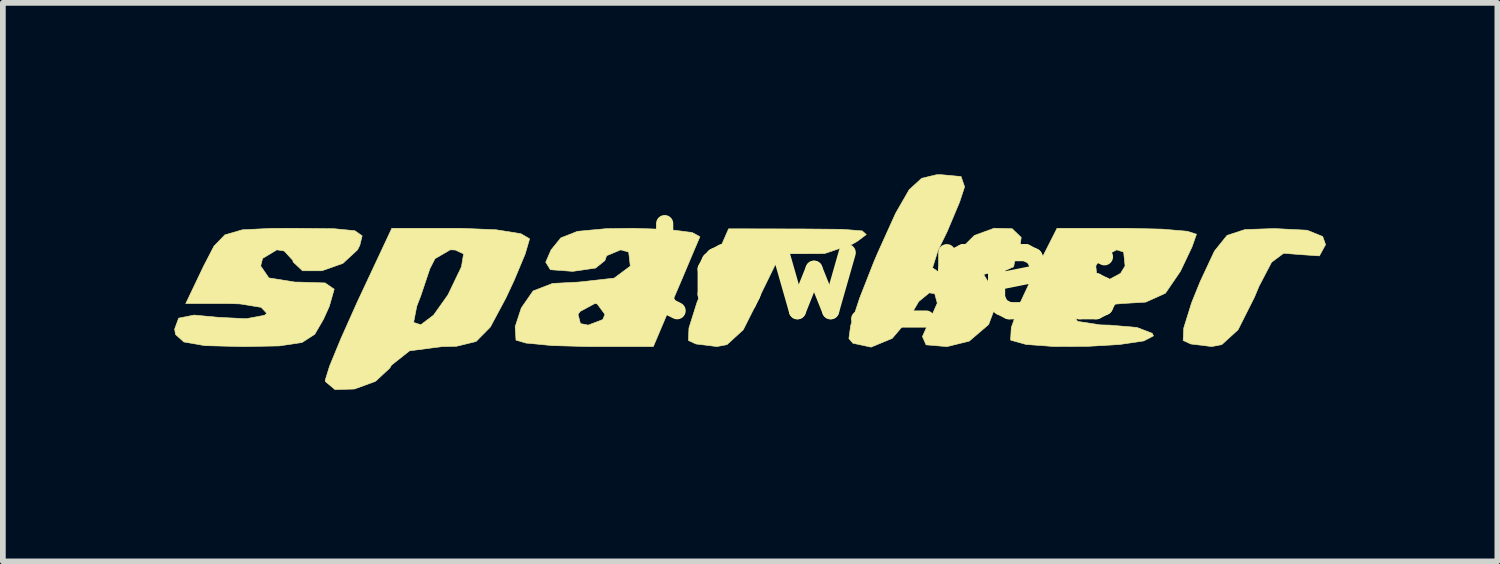
<source format=kicad_pcb>
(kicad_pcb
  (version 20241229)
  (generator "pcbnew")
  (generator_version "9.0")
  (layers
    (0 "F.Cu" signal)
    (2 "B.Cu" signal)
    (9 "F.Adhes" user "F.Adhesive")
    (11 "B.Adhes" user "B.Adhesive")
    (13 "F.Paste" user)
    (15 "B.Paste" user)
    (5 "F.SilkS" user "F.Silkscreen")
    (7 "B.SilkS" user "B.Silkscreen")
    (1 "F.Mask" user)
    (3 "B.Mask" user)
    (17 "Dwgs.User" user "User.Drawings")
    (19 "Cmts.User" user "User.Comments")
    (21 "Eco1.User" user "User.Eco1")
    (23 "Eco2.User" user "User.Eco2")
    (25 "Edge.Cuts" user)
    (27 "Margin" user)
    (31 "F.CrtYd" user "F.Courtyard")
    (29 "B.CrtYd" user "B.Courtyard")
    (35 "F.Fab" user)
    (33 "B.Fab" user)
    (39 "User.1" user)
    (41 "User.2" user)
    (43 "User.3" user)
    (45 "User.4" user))
  (footprint "low_res"
    (layer "F.Cu")
    (at 12.423 1.696)
    (property "Reference" "low_res" (at 0 0 0) (layer "F.SilkS") (effects (font (size 1.524 1.524) (thickness 0.3))))
    (attr through_hole)
    (fp_poly (pts (xy -1.411 -0.741) (xy -0.738 -0.735) (xy -0.391 -0.707) (xy -0.32 -0.643) (xy -0.474 -0.527) (xy -0.564 -0.475) (xy -1.052 -0.31) (xy -1.434 -0.308) (xy -1.702 -0.308) (xy -1.919 -0.102) (xy -2.156 0.383) (xy -2.186 0.455) (xy -2.472 1.023) (xy -2.756 1.282) (xy -2.932 1.316) (xy -3.299 1.271) (xy -3.431 1.21) (xy -3.422 0.992) (xy -3.283 0.549) (xy -3.133 0.179) (xy -2.728 -0.744) (xy -1.411 -0.741)) (stroke (width 0.01) (type solid)) (fill yes) (layer "F.SilkS"))
    (fp_poly (pts (xy 7.392 -0.719) (xy 7.664 -0.609) (xy 7.714 -0.467) (xy 7.606 -0.27) (xy 7.268 -0.293) (xy 6.981 -0.316) (xy 6.77 -0.159) (xy 6.552 0.257) (xy 6.469 0.455) (xy 6.183 1.023) (xy 5.899 1.282) (xy 5.723 1.316) (xy 5.356 1.271) (xy 5.223 1.21) (xy 5.233 0.992) (xy 5.371 0.549) (xy 5.521 0.179) (xy 5.77 -0.354) (xy 5.991 -0.629) (xy 6.305 -0.731) (xy 6.82 -0.748) (xy 7.392 -0.719)) (stroke (width 0.01) (type solid)) (fill yes) (layer "F.SilkS"))
    (fp_poly (pts (xy -6.796 -0.727) (xy -6.362 -0.658) (xy -6.209 -0.569) (xy -6.286 -0.305) (xy -6.482 0.164) (xy -6.623 0.465) (xy -6.896 0.975) (xy -7.145 1.227) (xy -7.488 1.311) (xy -7.745 1.317) (xy -8.309 1.391) (xy -8.625 1.641) (xy -8.655 1.693) (xy -8.906 1.925) (xy -9.273 2.059) (xy -9.613 2.069) (xy -9.782 1.928) (xy -9.784 1.903) (xy -9.709 1.661) (xy -9.511 1.18) (xy -9.383 0.894) (xy -8.238 0.894) (xy -8.113 0.935) (xy -7.889 0.766) (xy -7.642 0.419) (xy -7.625 0.386) (xy -7.401 -0.08) (xy -7.364 -0.305) (xy -7.51 -0.373) (xy -7.598 -0.376) (xy -7.864 -0.221) (xy -7.953 -0.047) (xy -8.112 0.427) (xy -8.183 0.611) (xy -8.238 0.894) (xy -9.383 0.894) (xy -9.233 0.558) (xy -9.202 0.491) (xy -8.619 -0.753) (xy -7.414 -0.753) (xy -6.796 -0.727)) (stroke (width 0.01) (type solid)) (fill yes) (layer "F.SilkS"))
    (fp_poly (pts (xy 4.858 -0.738) (xy 5.298 -0.7) (xy 5.456 -0.649) (xy 5.378 -0.427) (xy 5.188 -0.027) (xy 5.169 0.009) (xy 4.913 0.383) (xy 4.567 0.539) (xy 4.146 0.564) (xy 3.646 0.608) (xy 3.327 0.718) (xy 3.293 0.753) (xy 3.377 0.876) (xy 3.775 0.937) (xy 3.94 0.941) (xy 4.415 0.982) (xy 4.682 1.085) (xy 4.704 1.129) (xy 4.536 1.217) (xy 4.111 1.28) (xy 3.547 1.313) (xy 2.963 1.315) (xy 2.478 1.28) (xy 2.211 1.206) (xy 2.204 1.2) (xy 2.217 0.982) (xy 2.374 0.545) (xy 2.552 0.165) (xy 2.683 -0.094) (xy 3.695 -0.094) (xy 3.72 0.149) (xy 3.843 0.188) (xy 4.128 0.036) (xy 4.207 -0.094) (xy 4.182 -0.337) (xy 4.059 -0.376) (xy 3.774 -0.225) (xy 3.695 -0.094) (xy 2.683 -0.094) (xy 3.017 -0.753) (xy 4.237 -0.753) (xy 4.858 -0.738)) (stroke (width 0.01) (type solid)) (fill yes) (layer "F.SilkS"))
    (fp_poly (pts (xy -3.786 -0.732) (xy -3.365 -0.679) (xy -3.23 -0.605) (xy -3.335 -0.359) (xy -3.532 0.108) (xy -3.669 0.429) (xy -4.045 1.316) (xy -5.19 1.316) (xy -5.813 1.299) (xy -6.273 1.255) (xy -6.447 1.204) (xy -6.462 0.969) (xy -6.391 0.753) (xy -5.362 0.753) (xy -5.32 0.914) (xy -5.185 0.941) (xy -4.928 0.843) (xy -4.892 0.753) (xy -5.027 0.57) (xy -5.069 0.564) (xy -5.324 0.701) (xy -5.362 0.753) (xy -6.391 0.753) (xy -6.354 0.64) (xy -6.148 0.343) (xy -5.808 0.212) (xy -5.352 0.188) (xy -4.73 0.119) (xy -4.449 -0.09) (xy -4.448 -0.094) (xy -4.476 -0.337) (xy -4.616 -0.376) (xy -4.862 -0.273) (xy -4.892 -0.188) (xy -5.055 -0.057) (xy -5.45 -0.000045) (xy -5.463 0) (xy -5.846 -0.028) (xy -5.927 -0.16) (xy -5.833 -0.376) (xy -5.663 -0.585) (xy -5.371 -0.7) (xy -4.86 -0.747) (xy -4.399 -0.753) (xy -3.786 -0.732)) (stroke (width 0.01) (type solid)) (fill yes) (layer "F.SilkS"))
    (fp_poly (pts (xy -9.633 -0.746) (xy -9.266 -0.71) (xy -9.138 -0.621) (xy -9.179 -0.455) (xy -9.219 -0.376) (xy -9.475 -0.139) (xy -9.843 -0.009) (xy -10.182 -0.01) (xy -10.347 -0.165) (xy -10.348 -0.188) (xy -10.501 -0.355) (xy -10.63 -0.376) (xy -10.88 -0.226) (xy -10.913 -0.094) (xy -10.77 0.115) (xy -10.314 0.188) (xy -10.254 0.188) (xy -9.786 0.203) (xy -9.627 0.313) (xy -9.713 0.614) (xy -9.814 0.838) (xy -9.967 1.101) (xy -10.19 1.245) (xy -10.588 1.305) (xy -11.225 1.317) (xy -11.89 1.3) (xy -12.257 1.236) (xy -12.403 1.105) (xy -12.418 1.01) (xy -12.348 0.819) (xy -12.077 0.765) (xy -11.665 0.804) (xy -11.167 0.829) (xy -10.847 0.769) (xy -10.807 0.735) (xy -10.905 0.63) (xy -11.276 0.57) (xy -11.463 0.564) (xy -12.224 0.564) (xy -11.91 -0.094) (xy -11.73 -0.441) (xy -11.539 -0.638) (xy -11.232 -0.727) (xy -10.708 -0.752) (xy -10.307 -0.753) (xy -9.633 -0.746)) (stroke (width 0.01) (type solid)) (fill yes) (layer "F.SilkS"))
    (fp_poly (pts (xy 1.338 -1.658) (xy 1.4 -1.478) (xy 1.312 -1.21) (xy 1.096 -0.697) (xy 0.934 -0.364) (xy 0.839 -0.061) (xy 0.928 0) (xy 1.155 -0.147) (xy 1.317 -0.376) (xy 1.571 -0.628) (xy 1.917 -0.754) (xy 2.231 -0.746) (xy 2.39 -0.593) (xy 2.372 -0.455) (xy 2.272 -0.155) (xy 2.258 -0.079) (xy 2.102 -0.011) (xy 1.938 0) (xy 1.733 0.055) (xy 1.829 0.211) (xy 1.961 0.557) (xy 1.82 0.931) (xy 1.481 1.221) (xy 1.092 1.317) (xy 0.726 1.286) (xy 0.662 1.141) (xy 0.746 0.953) (xy 0.922 0.556) (xy 0.877 0.392) (xy 0.783 0.376) (xy 0.598 0.528) (xy 0.411 0.847) (xy 0.134 1.173) (xy -0.236 1.326) (xy -0.554 1.258) (xy -0.624 1.176) (xy -0.593 0.948) (xy -0.437 0.471) (xy -0.188 -0.163) (xy -0.118 -0.327) (xy 0.194 -1.017) (xy 0.43 -1.427) (xy 0.648 -1.627) (xy 0.905 -1.689) (xy 0.983 -1.691) (xy 1.338 -1.658)) (stroke (width 0.01) (type solid)) (fill yes) (layer "F.SilkS")))
  (gr_rect
    (start -3 -3)
    (end 23.142 6.77)
    (stroke (width 0.1) (type default))
    (fill no)
    (layer "Edge.Cuts")))
</source>
